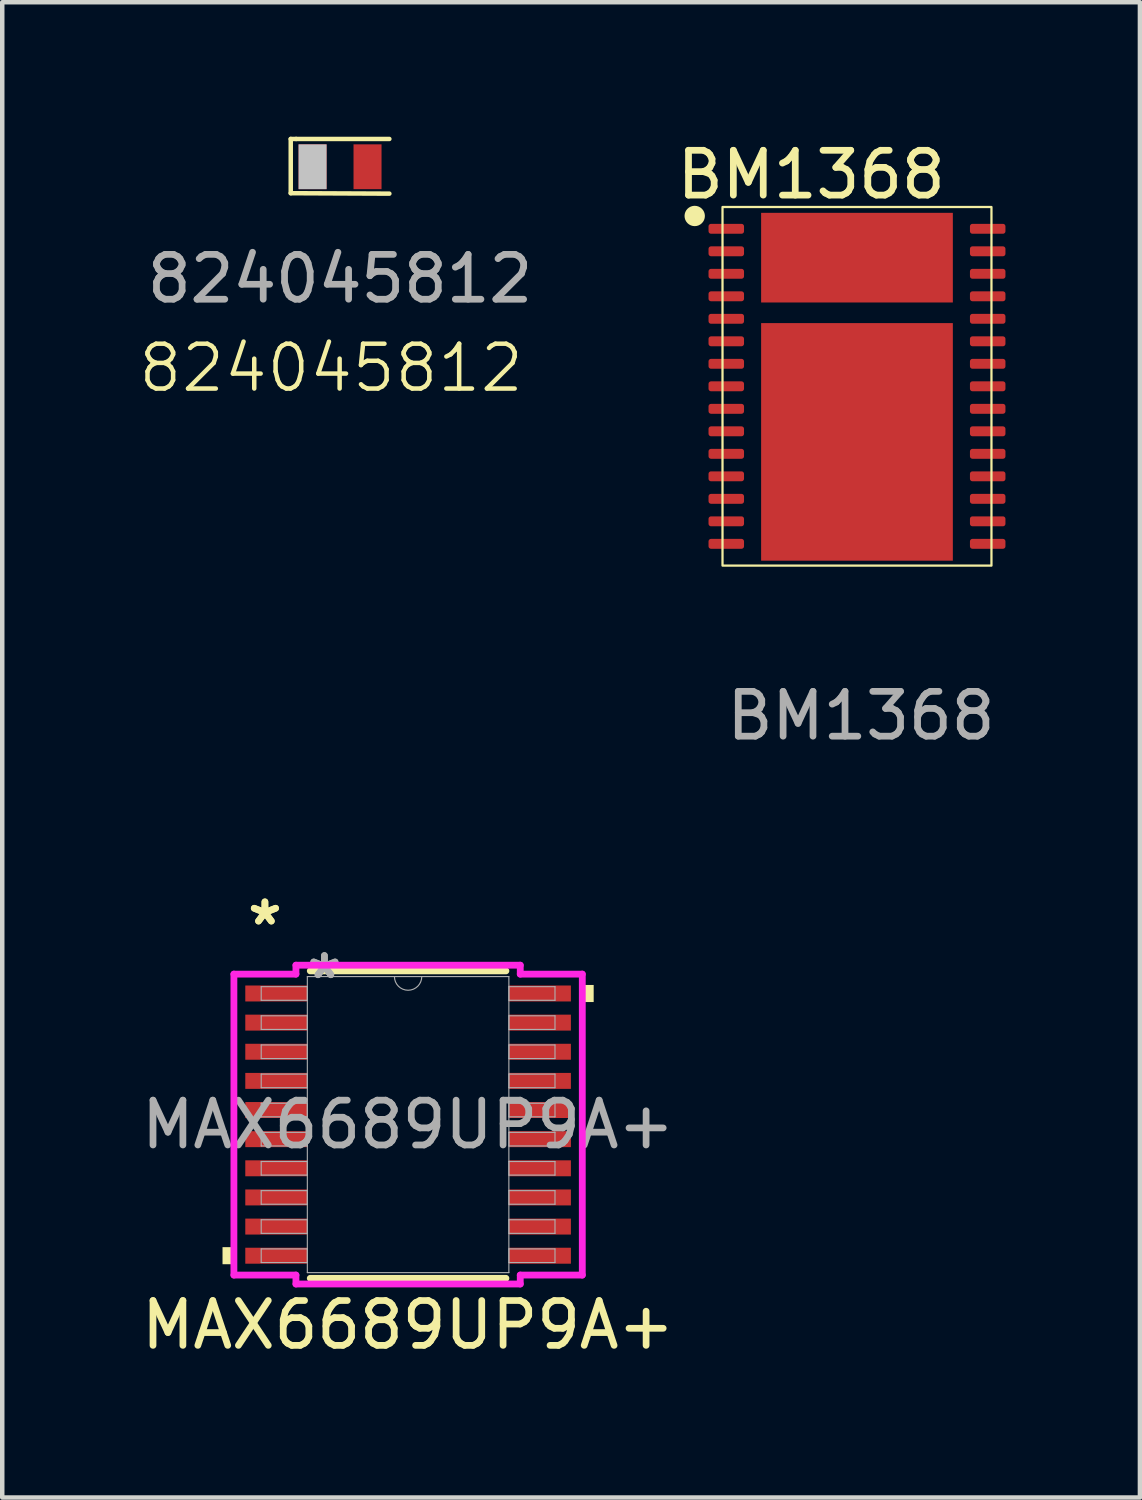
<source format=kicad_pcb>
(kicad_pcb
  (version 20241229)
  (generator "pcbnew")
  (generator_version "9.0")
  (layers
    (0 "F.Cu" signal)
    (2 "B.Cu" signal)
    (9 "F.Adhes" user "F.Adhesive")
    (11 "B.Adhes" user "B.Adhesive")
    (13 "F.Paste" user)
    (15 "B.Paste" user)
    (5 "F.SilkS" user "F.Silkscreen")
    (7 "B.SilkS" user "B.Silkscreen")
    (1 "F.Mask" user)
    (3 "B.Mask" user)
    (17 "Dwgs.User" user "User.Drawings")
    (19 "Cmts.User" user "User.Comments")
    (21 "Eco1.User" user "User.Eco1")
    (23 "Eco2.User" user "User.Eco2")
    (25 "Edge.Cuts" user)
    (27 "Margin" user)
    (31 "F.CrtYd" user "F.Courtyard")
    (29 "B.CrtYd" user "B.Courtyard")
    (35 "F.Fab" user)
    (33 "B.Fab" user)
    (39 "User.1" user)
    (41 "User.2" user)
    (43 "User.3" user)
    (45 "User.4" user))
  (footprint "BM1368"
    (layer "F.Cu")
    (at 16.068 5.568)
    (property "Reference" "BM1368" (at -1.02 -4.72 0) (unlocked yes) (layer "F.SilkS") (effects (font (size 1 1) (thickness 0.15))))
    (attr smd)
    (fp_rect (start -0.3 -1.92) (end -2.08 -3.8) (stroke (width 0.12) (type solid)) (fill yes) (layer "F.Mask"))
    (fp_rect (start -0.28 1.01) (end -2.08 -1.35) (stroke (width 0.12) (type solid)) (fill yes) (layer "F.Mask"))
    (fp_rect (start -0.28 3.83) (end -2.08 1.47) (stroke (width 0.12) (type solid)) (fill yes) (layer "F.Mask"))
    (fp_rect (start 2.07 -1.93) (end 0.29 -3.8) (stroke (width 0.12) (type solid)) (fill yes) (layer "F.Mask"))
    (fp_rect (start 2.07 3.83) (end 0.27 1.47) (stroke (width 0.12) (type solid)) (fill yes) (layer "F.Mask"))
    (fp_rect (start 2.09 1.02) (end 0.29 -1.34) (stroke (width 0.12) (type solid)) (fill yes) (layer "F.Mask"))
    (fp_rect (start 3 4) (end -3 -4) (stroke (width 0.05) (type default)) (fill no) (layer "F.SilkS"))
    (fp_circle (center -3.62 -3.8) (end -3.418 -3.8) (stroke (width 0.05) (type solid)) (fill yes) (layer "F.SilkS"))
    (fp_rect (start -0.6 -2.33) (end -1.8 -3.45) (stroke (width 0.001) (type solid)) (fill yes) (layer "F.Paste"))
    (fp_rect (start -0.59 0.82) (end -1.79 -1.21) (stroke (width 0.001) (type solid)) (fill yes) (layer "F.Paste"))
    (fp_rect (start -0.59 3.67) (end -1.79 1.65) (stroke (width 0.001) (type solid)) (fill yes) (layer "F.Paste"))
    (fp_rect (start 1.78 3.67) (end 0.58 1.65) (stroke (width 0.001) (type solid)) (fill yes) (layer "F.Paste"))
    (fp_rect (start 1.8 0.825) (end 0.6 -1.205) (stroke (width 0.001) (type solid)) (fill yes) (layer "F.Paste"))
    (fp_rect (start 1.81 -2.34) (end 0.61 -3.45) (stroke (width 0.001) (type solid)) (fill yes) (layer "F.Paste"))
    (fp_text user "${REFERENCE}" (at 0.09 7.35 0) (unlocked yes) (layer "F.Fab") (effects (font (size 1 1) (thickness 0.15))))
    (pad "1" smd roundrect (at -2.916 -3.514) (size 0.792 0.221) (layers "F.Cu" "F.Mask" "F.Paste") (roundrect_rratio 0.25))
    (pad "2" smd roundrect (at -2.916 -3.012) (size 0.792 0.221) (layers "F.Cu" "F.Mask" "F.Paste") (roundrect_rratio 0.25))
    (pad "3" smd roundrect (at -2.916 -2.51) (size 0.792 0.221) (layers "F.Cu" "F.Mask" "F.Paste") (roundrect_rratio 0.25))
    (pad "4" smd roundrect (at -2.916 -2.008) (size 0.792 0.221) (layers "F.Cu" "F.Mask" "F.Paste") (roundrect_rratio 0.25))
    (pad "5" smd roundrect (at -2.916 -1.506) (size 0.792 0.221) (layers "F.Cu" "F.Mask" "F.Paste") (roundrect_rratio 0.25))
    (pad "6" smd roundrect (at -2.916 -1.004) (size 0.792 0.221) (layers "F.Cu" "F.Mask" "F.Paste") (roundrect_rratio 0.25))
    (pad "7" smd roundrect (at -2.916 -0.502) (size 0.792 0.221) (layers "F.Cu" "F.Mask" "F.Paste") (roundrect_rratio 0.25))
    (pad "8" smd roundrect (at -2.916 0) (size 0.792 0.221) (layers "F.Cu" "F.Mask" "F.Paste") (roundrect_rratio 0.25))
    (pad "9" smd roundrect (at -2.916 0.502) (size 0.792 0.221) (layers "F.Cu" "F.Mask" "F.Paste") (roundrect_rratio 0.25))
    (pad "10" smd roundrect (at -2.916 1.004) (size 0.792 0.221) (layers "F.Cu" "F.Mask" "F.Paste") (roundrect_rratio 0.25))
    (pad "11" smd roundrect (at -2.916 1.506) (size 0.792 0.221) (layers "F.Cu" "F.Mask" "F.Paste") (roundrect_rratio 0.25))
    (pad "12" smd roundrect (at -2.916 2.008) (size 0.792 0.221) (layers "F.Cu" "F.Mask" "F.Paste") (roundrect_rratio 0.25))
    (pad "13" smd roundrect (at -2.916 2.51) (size 0.792 0.221) (layers "F.Cu" "F.Mask" "F.Paste") (roundrect_rratio 0.25))
    (pad "14" smd roundrect (at -2.916 3.012) (size 0.792 0.221) (layers "F.Cu" "F.Mask" "F.Paste") (roundrect_rratio 0.25))
    (pad "15" smd roundrect (at -2.916 3.514) (size 0.792 0.221) (layers "F.Cu" "F.Mask" "F.Paste") (roundrect_rratio 0.25))
    (pad "16" smd roundrect (at 2.916 3.514) (size 0.792 0.221) (layers "F.Cu" "F.Mask" "F.Paste") (roundrect_rratio 0.25))
    (pad "17" smd roundrect (at 2.916 3.012) (size 0.792 0.221) (layers "F.Cu" "F.Mask" "F.Paste") (roundrect_rratio 0.25))
    (pad "18" smd roundrect (at 2.916 2.51) (size 0.792 0.221) (layers "F.Cu" "F.Mask" "F.Paste") (roundrect_rratio 0.25))
    (pad "19" smd roundrect (at 2.916 2.008) (size 0.792 0.221) (layers "F.Cu" "F.Mask" "F.Paste") (roundrect_rratio 0.25))
    (pad "20" smd roundrect (at 2.916 1.506) (size 0.792 0.221) (layers "F.Cu" "F.Mask" "F.Paste") (roundrect_rratio 0.25))
    (pad "21" smd roundrect (at 2.916 1.004) (size 0.792 0.221) (layers "F.Cu" "F.Mask" "F.Paste") (roundrect_rratio 0.25))
    (pad "22" smd roundrect (at 2.916 0.502) (size 0.792 0.221) (layers "F.Cu" "F.Mask" "F.Paste") (roundrect_rratio 0.25))
    (pad "23" smd roundrect (at 2.916 0) (size 0.792 0.221) (layers "F.Cu" "F.Mask" "F.Paste") (roundrect_rratio 0.25))
    (pad "24" smd roundrect (at 2.916 -0.502) (size 0.792 0.221) (layers "F.Cu" "F.Mask" "F.Paste") (roundrect_rratio 0.25))
    (pad "25" smd roundrect (at 2.916 -1.004) (size 0.792 0.221) (layers "F.Cu" "F.Mask" "F.Paste") (roundrect_rratio 0.25))
    (pad "26" smd roundrect (at 2.916 -1.506) (size 0.792 0.221) (layers "F.Cu" "F.Mask" "F.Paste") (roundrect_rratio 0.25))
    (pad "27" smd roundrect (at 2.916 -2.008) (size 0.792 0.221) (layers "F.Cu" "F.Mask" "F.Paste") (roundrect_rratio 0.25))
    (pad "28" smd roundrect (at 2.916 -2.51) (size 0.792 0.221) (layers "F.Cu" "F.Mask" "F.Paste") (roundrect_rratio 0.25))
    (pad "29" smd roundrect (at 2.916 -3.012) (size 0.792 0.221) (layers "F.Cu" "F.Mask" "F.Paste") (roundrect_rratio 0.25))
    (pad "30" smd roundrect (at 2.916 -3.514) (size 0.792 0.221) (layers "F.Cu" "F.Mask" "F.Paste") (roundrect_rratio 0.25))
    (pad "31" smd rect (at 0 -2.87) (size 4.277 2) (layers "F.Cu"))
    (pad "32" smd rect (at 0 1.24) (size 4.277 5.3) (layers "F.Cu")))
  (footprint "824045812"
    (layer "F.Cu")
    (at 4.536 0.67)
    (property "Reference" "824045812" (at -0.2 4.49 0) (unlocked yes) (layer "F.SilkS") (effects (font (size 1 1) (thickness 0.1))))
    (attr smd)
    (fp_line (start -1.1 -0.62) (end -1.1 0.59) (stroke (width 0.1) (type default)) (layer "F.SilkS"))
    (fp_line (start -1.1 0.59) (end 1.1 0.6) (stroke (width 0.1) (type default)) (layer "F.SilkS"))
    (fp_line (start -0.98 -0.62) (end -1.1 -0.62) (stroke (width 0.1) (type default)) (layer "F.SilkS"))
    (fp_line (start -0.98 -0.62) (end 1.1 -0.62) (stroke (width 0.1) (type default)) (layer "F.SilkS"))
    (fp_text user "${REFERENCE}" (at 0 2.5 0) (unlocked yes) (layer "F.Fab") (effects (font (size 1 1) (thickness 0.15))))
    (pad "1" smd rect (at -0.613 0) (size 0.625 1) (layers "F.Cu" "F.Mask" "F.Paste" "Dwgs.User"))
    (pad "2" smd rect (at 0.613 0) (size 0.625 1) (layers "F.Cu" "F.Mask" "F.Paste")))
  (footprint "MAX6689UP9A+"
    (layer "F.Cu")
    (at 6.054 22.038)
    (property "Reference" "MAX6689UP9A+" (at 0 4.47 0) (unlocked yes) (layer "F.SilkS") (effects (font (size 1 1) (thickness 0.15))))
    (attr smd)
    (fp_line (start -2.182 3.429) (end 2.182 3.429) (stroke (width 0.152) (type solid)) (layer "F.SilkS"))
    (fp_line (start 2.182 -3.429) (end -2.182 -3.429) (stroke (width 0.152) (type solid)) (layer "F.SilkS"))
    (fp_poly (pts (xy -4.14 2.734) (xy -4.14 3.115) (xy -3.886 3.115) (xy -3.886 2.734)) (stroke (width 0) (type solid)) (fill yes) (layer "F.SilkS"))
    (fp_poly (pts (xy 4.14 -3.115) (xy 4.14 -2.734) (xy 3.886 -2.734) (xy 3.886 -3.115)) (stroke (width 0) (type solid)) (fill yes) (layer "F.SilkS"))
    (fp_line (start -3.886 -3.357) (end -2.502 -3.357) (stroke (width 0.152) (type solid)) (layer "F.CrtYd"))
    (fp_line (start -3.886 3.357) (end -3.886 -3.357) (stroke (width 0.152) (type solid)) (layer "F.CrtYd"))
    (fp_line (start -3.886 3.357) (end -2.502 3.357) (stroke (width 0.152) (type solid)) (layer "F.CrtYd"))
    (fp_line (start -2.502 -3.556) (end 2.502 -3.556) (stroke (width 0.152) (type solid)) (layer "F.CrtYd"))
    (fp_line (start -2.502 -3.357) (end -2.502 -3.556) (stroke (width 0.152) (type solid)) (layer "F.CrtYd"))
    (fp_line (start -2.502 3.556) (end -2.502 3.357) (stroke (width 0.152) (type solid)) (layer "F.CrtYd"))
    (fp_line (start 2.502 -3.556) (end 2.502 -3.357) (stroke (width 0.152) (type solid)) (layer "F.CrtYd"))
    (fp_line (start 2.502 3.357) (end 2.502 3.556) (stroke (width 0.152) (type solid)) (layer "F.CrtYd"))
    (fp_line (start 2.502 3.556) (end -2.502 3.556) (stroke (width 0.152) (type solid)) (layer "F.CrtYd"))
    (fp_line (start 3.886 -3.357) (end 2.502 -3.357) (stroke (width 0.152) (type solid)) (layer "F.CrtYd"))
    (fp_line (start 3.886 -3.357) (end 3.886 3.357) (stroke (width 0.152) (type solid)) (layer "F.CrtYd"))
    (fp_line (start 3.886 3.357) (end 2.502 3.357) (stroke (width 0.152) (type solid)) (layer "F.CrtYd"))
    (fp_line (start -3.277 -3.077) (end -3.277 -2.773) (stroke (width 0.025) (type solid)) (layer "F.Fab"))
    (fp_line (start -3.277 -2.773) (end -2.248 -2.773) (stroke (width 0.025) (type solid)) (layer "F.Fab"))
    (fp_line (start -3.277 -2.427) (end -3.277 -2.123) (stroke (width 0.025) (type solid)) (layer "F.Fab"))
    (fp_line (start -3.277 -2.123) (end -2.248 -2.123) (stroke (width 0.025) (type solid)) (layer "F.Fab"))
    (fp_line (start -3.277 -1.777) (end -3.277 -1.473) (stroke (width 0.025) (type solid)) (layer "F.Fab"))
    (fp_line (start -3.277 -1.473) (end -2.248 -1.473) (stroke (width 0.025) (type solid)) (layer "F.Fab"))
    (fp_line (start -3.277 -1.127) (end -3.277 -0.823) (stroke (width 0.025) (type solid)) (layer "F.Fab"))
    (fp_line (start -3.277 -0.823) (end -2.248 -0.823) (stroke (width 0.025) (type solid)) (layer "F.Fab"))
    (fp_line (start -3.277 -0.477) (end -3.277 -0.173) (stroke (width 0.025) (type solid)) (layer "F.Fab"))
    (fp_line (start -3.277 -0.173) (end -2.248 -0.173) (stroke (width 0.025) (type solid)) (layer "F.Fab"))
    (fp_line (start -3.277 0.173) (end -3.277 0.477) (stroke (width 0.025) (type solid)) (layer "F.Fab"))
    (fp_line (start -3.277 0.477) (end -2.248 0.477) (stroke (width 0.025) (type solid)) (layer "F.Fab"))
    (fp_line (start -3.277 0.823) (end -3.277 1.127) (stroke (width 0.025) (type solid)) (layer "F.Fab"))
    (fp_line (start -3.277 1.127) (end -2.248 1.127) (stroke (width 0.025) (type solid)) (layer "F.Fab"))
    (fp_line (start -3.277 1.473) (end -3.277 1.777) (stroke (width 0.025) (type solid)) (layer "F.Fab"))
    (fp_line (start -3.277 1.777) (end -2.248 1.777) (stroke (width 0.025) (type solid)) (layer "F.Fab"))
    (fp_line (start -3.277 2.123) (end -3.277 2.427) (stroke (width 0.025) (type solid)) (layer "F.Fab"))
    (fp_line (start -3.277 2.427) (end -2.248 2.427) (stroke (width 0.025) (type solid)) (layer "F.Fab"))
    (fp_line (start -3.277 2.773) (end -3.277 3.077) (stroke (width 0.025) (type solid)) (layer "F.Fab"))
    (fp_line (start -3.277 3.077) (end -2.248 3.077) (stroke (width 0.025) (type solid)) (layer "F.Fab"))
    (fp_line (start -2.248 -3.302) (end -2.248 3.302) (stroke (width 0.025) (type solid)) (layer "F.Fab"))
    (fp_line (start -2.248 -3.077) (end -3.277 -3.077) (stroke (width 0.025) (type solid)) (layer "F.Fab"))
    (fp_line (start -2.248 -2.773) (end -2.248 -3.077) (stroke (width 0.025) (type solid)) (layer "F.Fab"))
    (fp_line (start -2.248 -2.427) (end -3.277 -2.427) (stroke (width 0.025) (type solid)) (layer "F.Fab"))
    (fp_line (start -2.248 -2.123) (end -2.248 -2.427) (stroke (width 0.025) (type solid)) (layer "F.Fab"))
    (fp_line (start -2.248 -1.777) (end -3.277 -1.777) (stroke (width 0.025) (type solid)) (layer "F.Fab"))
    (fp_line (start -2.248 -1.473) (end -2.248 -1.777) (stroke (width 0.025) (type solid)) (layer "F.Fab"))
    (fp_line (start -2.248 -1.127) (end -3.277 -1.127) (stroke (width 0.025) (type solid)) (layer "F.Fab"))
    (fp_line (start -2.248 -0.823) (end -2.248 -1.127) (stroke (width 0.025) (type solid)) (layer "F.Fab"))
    (fp_line (start -2.248 -0.477) (end -3.277 -0.477) (stroke (width 0.025) (type solid)) (layer "F.Fab"))
    (fp_line (start -2.248 -0.173) (end -2.248 -0.477) (stroke (width 0.025) (type solid)) (layer "F.Fab"))
    (fp_line (start -2.248 0.173) (end -3.277 0.173) (stroke (width 0.025) (type solid)) (layer "F.Fab"))
    (fp_line (start -2.248 0.477) (end -2.248 0.173) (stroke (width 0.025) (type solid)) (layer "F.Fab"))
    (fp_line (start -2.248 0.823) (end -3.277 0.823) (stroke (width 0.025) (type solid)) (layer "F.Fab"))
    (fp_line (start -2.248 1.127) (end -2.248 0.823) (stroke (width 0.025) (type solid)) (layer "F.Fab"))
    (fp_line (start -2.248 1.473) (end -3.277 1.473) (stroke (width 0.025) (type solid)) (layer "F.Fab"))
    (fp_line (start -2.248 1.777) (end -2.248 1.473) (stroke (width 0.025) (type solid)) (layer "F.Fab"))
    (fp_line (start -2.248 2.123) (end -3.277 2.123) (stroke (width 0.025) (type solid)) (layer "F.Fab"))
    (fp_line (start -2.248 2.427) (end -2.248 2.123) (stroke (width 0.025) (type solid)) (layer "F.Fab"))
    (fp_line (start -2.248 2.773) (end -3.277 2.773) (stroke (width 0.025) (type solid)) (layer "F.Fab"))
    (fp_line (start -2.248 3.077) (end -2.248 2.773) (stroke (width 0.025) (type solid)) (layer "F.Fab"))
    (fp_line (start -2.248 3.302) (end 2.248 3.302) (stroke (width 0.025) (type solid)) (layer "F.Fab"))
    (fp_line (start 2.248 -3.302) (end -2.248 -3.302) (stroke (width 0.025) (type solid)) (layer "F.Fab"))
    (fp_line (start 2.248 -3.077) (end 2.248 -2.773) (stroke (width 0.025) (type solid)) (layer "F.Fab"))
    (fp_line (start 2.248 -2.773) (end 3.277 -2.773) (stroke (width 0.025) (type solid)) (layer "F.Fab"))
    (fp_line (start 2.248 -2.427) (end 2.248 -2.123) (stroke (width 0.025) (type solid)) (layer "F.Fab"))
    (fp_line (start 2.248 -2.123) (end 3.277 -2.123) (stroke (width 0.025) (type solid)) (layer "F.Fab"))
    (fp_line (start 2.248 -1.777) (end 2.248 -1.473) (stroke (width 0.025) (type solid)) (layer "F.Fab"))
    (fp_line (start 2.248 -1.473) (end 3.277 -1.473) (stroke (width 0.025) (type solid)) (layer "F.Fab"))
    (fp_line (start 2.248 -1.127) (end 2.248 -0.823) (stroke (width 0.025) (type solid)) (layer "F.Fab"))
    (fp_line (start 2.248 -0.823) (end 3.277 -0.823) (stroke (width 0.025) (type solid)) (layer "F.Fab"))
    (fp_line (start 2.248 -0.477) (end 2.248 -0.173) (stroke (width 0.025) (type solid)) (layer "F.Fab"))
    (fp_line (start 2.248 -0.173) (end 3.277 -0.173) (stroke (width 0.025) (type solid)) (layer "F.Fab"))
    (fp_line (start 2.248 0.173) (end 2.248 0.477) (stroke (width 0.025) (type solid)) (layer "F.Fab"))
    (fp_line (start 2.248 0.477) (end 3.277 0.477) (stroke (width 0.025) (type solid)) (layer "F.Fab"))
    (fp_line (start 2.248 0.823) (end 2.248 1.127) (stroke (width 0.025) (type solid)) (layer "F.Fab"))
    (fp_line (start 2.248 1.127) (end 3.277 1.127) (stroke (width 0.025) (type solid)) (layer "F.Fab"))
    (fp_line (start 2.248 1.473) (end 2.248 1.777) (stroke (width 0.025) (type solid)) (layer "F.Fab"))
    (fp_line (start 2.248 1.777) (end 3.277 1.777) (stroke (width 0.025) (type solid)) (layer "F.Fab"))
    (fp_line (start 2.248 2.123) (end 2.248 2.427) (stroke (width 0.025) (type solid)) (layer "F.Fab"))
    (fp_line (start 2.248 2.427) (end 3.277 2.427) (stroke (width 0.025) (type solid)) (layer "F.Fab"))
    (fp_line (start 2.248 2.773) (end 2.248 3.077) (stroke (width 0.025) (type solid)) (layer "F.Fab"))
    (fp_line (start 2.248 3.077) (end 3.277 3.077) (stroke (width 0.025) (type solid)) (layer "F.Fab"))
    (fp_line (start 2.248 3.302) (end 2.248 -3.302) (stroke (width 0.025) (type solid)) (layer "F.Fab"))
    (fp_line (start 3.277 -3.077) (end 2.248 -3.077) (stroke (width 0.025) (type solid)) (layer "F.Fab"))
    (fp_line (start 3.277 -2.773) (end 3.277 -3.077) (stroke (width 0.025) (type solid)) (layer "F.Fab"))
    (fp_line (start 3.277 -2.427) (end 2.248 -2.427) (stroke (width 0.025) (type solid)) (layer "F.Fab"))
    (fp_line (start 3.277 -2.123) (end 3.277 -2.427) (stroke (width 0.025) (type solid)) (layer "F.Fab"))
    (fp_line (start 3.277 -1.777) (end 2.248 -1.777) (stroke (width 0.025) (type solid)) (layer "F.Fab"))
    (fp_line (start 3.277 -1.473) (end 3.277 -1.777) (stroke (width 0.025) (type solid)) (layer "F.Fab"))
    (fp_line (start 3.277 -1.127) (end 2.248 -1.127) (stroke (width 0.025) (type solid)) (layer "F.Fab"))
    (fp_line (start 3.277 -0.823) (end 3.277 -1.127) (stroke (width 0.025) (type solid)) (layer "F.Fab"))
    (fp_line (start 3.277 -0.477) (end 2.248 -0.477) (stroke (width 0.025) (type solid)) (layer "F.Fab"))
    (fp_line (start 3.277 -0.173) (end 3.277 -0.477) (stroke (width 0.025) (type solid)) (layer "F.Fab"))
    (fp_line (start 3.277 0.173) (end 2.248 0.173) (stroke (width 0.025) (type solid)) (layer "F.Fab"))
    (fp_line (start 3.277 0.477) (end 3.277 0.173) (stroke (width 0.025) (type solid)) (layer "F.Fab"))
    (fp_line (start 3.277 0.823) (end 2.248 0.823) (stroke (width 0.025) (type solid)) (layer "F.Fab"))
    (fp_line (start 3.277 1.127) (end 3.277 0.823) (stroke (width 0.025) (type solid)) (layer "F.Fab"))
    (fp_line (start 3.277 1.473) (end 2.248 1.473) (stroke (width 0.025) (type solid)) (layer "F.Fab"))
    (fp_line (start 3.277 1.777) (end 3.277 1.473) (stroke (width 0.025) (type solid)) (layer "F.Fab"))
    (fp_line (start 3.277 2.123) (end 2.248 2.123) (stroke (width 0.025) (type solid)) (layer "F.Fab"))
    (fp_line (start 3.277 2.427) (end 3.277 2.123) (stroke (width 0.025) (type solid)) (layer "F.Fab"))
    (fp_line (start 3.277 2.773) (end 2.248 2.773) (stroke (width 0.025) (type solid)) (layer "F.Fab"))
    (fp_line (start 3.277 3.077) (end 3.277 2.773) (stroke (width 0.025) (type solid)) (layer "F.Fab"))
    (fp_arc (start 0.3048 -3.302) (mid 0 -2.9972) (end -0.3048 -3.302) (stroke (width 0.0254) (type solid)) (layer "F.Fab"))
    (fp_text user "*" (at -3.194 -4.424 0) (layer "F.SilkS") (effects (font (size 1 1) (thickness 0.15))))
    (fp_text user "*" (at -3.194 -4.424 0) (unlocked yes) (layer "F.SilkS") (effects (font (size 1 1) (thickness 0.15))))
    (fp_text user "*" (at -1.867 -3.226 0) (layer "F.Fab") (effects (font (size 1 1) (thickness 0.15))))
    (fp_text user "${REFERENCE}" (at 0 0 0) (unlocked yes) (layer "F.Fab") (effects (font (size 1 1) (thickness 0.15))))
    (fp_text user "*" (at -1.867 -3.226 0) (unlocked yes) (layer "F.Fab") (effects (font (size 1 1) (thickness 0.15))))
    (pad "1" smd rect (at -2.94 -2.925) (size 1.384 0.356) (layers "F.Cu" "F.Mask" "F.Paste"))
    (pad "2" smd rect (at -2.94 -2.275) (size 1.384 0.356) (layers "F.Cu" "F.Mask" "F.Paste"))
    (pad "3" smd rect (at -2.94 -1.625) (size 1.384 0.356) (layers "F.Cu" "F.Mask" "F.Paste"))
    (pad "4" smd rect (at -2.94 -0.975) (size 1.384 0.356) (layers "F.Cu" "F.Mask" "F.Paste"))
    (pad "5" smd rect (at -2.94 -0.325) (size 1.384 0.356) (layers "F.Cu" "F.Mask" "F.Paste"))
    (pad "6" smd rect (at -2.94 0.325) (size 1.384 0.356) (layers "F.Cu" "F.Mask" "F.Paste"))
    (pad "7" smd rect (at -2.94 0.975) (size 1.384 0.356) (layers "F.Cu" "F.Mask" "F.Paste"))
    (pad "8" smd rect (at -2.94 1.625) (size 1.384 0.356) (layers "F.Cu" "F.Mask" "F.Paste"))
    (pad "9" smd rect (at -2.94 2.275) (size 1.384 0.356) (layers "F.Cu" "F.Mask" "F.Paste"))
    (pad "10" smd rect (at -2.94 2.925) (size 1.384 0.356) (layers "F.Cu" "F.Mask" "F.Paste"))
    (pad "11" smd rect (at 2.94 2.925) (size 1.384 0.356) (layers "F.Cu" "F.Mask" "F.Paste"))
    (pad "12" smd rect (at 2.94 2.275) (size 1.384 0.356) (layers "F.Cu" "F.Mask" "F.Paste"))
    (pad "13" smd rect (at 2.94 1.625) (size 1.384 0.356) (layers "F.Cu" "F.Mask" "F.Paste"))
    (pad "14" smd rect (at 2.94 0.975) (size 1.384 0.356) (layers "F.Cu" "F.Mask" "F.Paste"))
    (pad "15" smd rect (at 2.94 0.325) (size 1.384 0.356) (layers "F.Cu" "F.Mask" "F.Paste"))
    (pad "16" smd rect (at 2.94 -0.325) (size 1.384 0.356) (layers "F.Cu" "F.Mask" "F.Paste"))
    (pad "17" smd rect (at 2.94 -0.975) (size 1.384 0.356) (layers "F.Cu" "F.Mask" "F.Paste"))
    (pad "18" smd rect (at 2.94 -1.625) (size 1.384 0.356) (layers "F.Cu" "F.Mask" "F.Paste"))
    (pad "19" smd rect (at 2.94 -2.275) (size 1.384 0.356) (layers "F.Cu" "F.Mask" "F.Paste"))
    (pad "20" smd rect (at 2.94 -2.925) (size 1.384 0.356) (layers "F.Cu" "F.Mask" "F.Paste")))
  (gr_rect
    (start -3 -3)
    (end 22.38 30.357)
    (stroke (width 0.1) (type default))
    (fill no)
    (layer "Edge.Cuts")))
</source>
